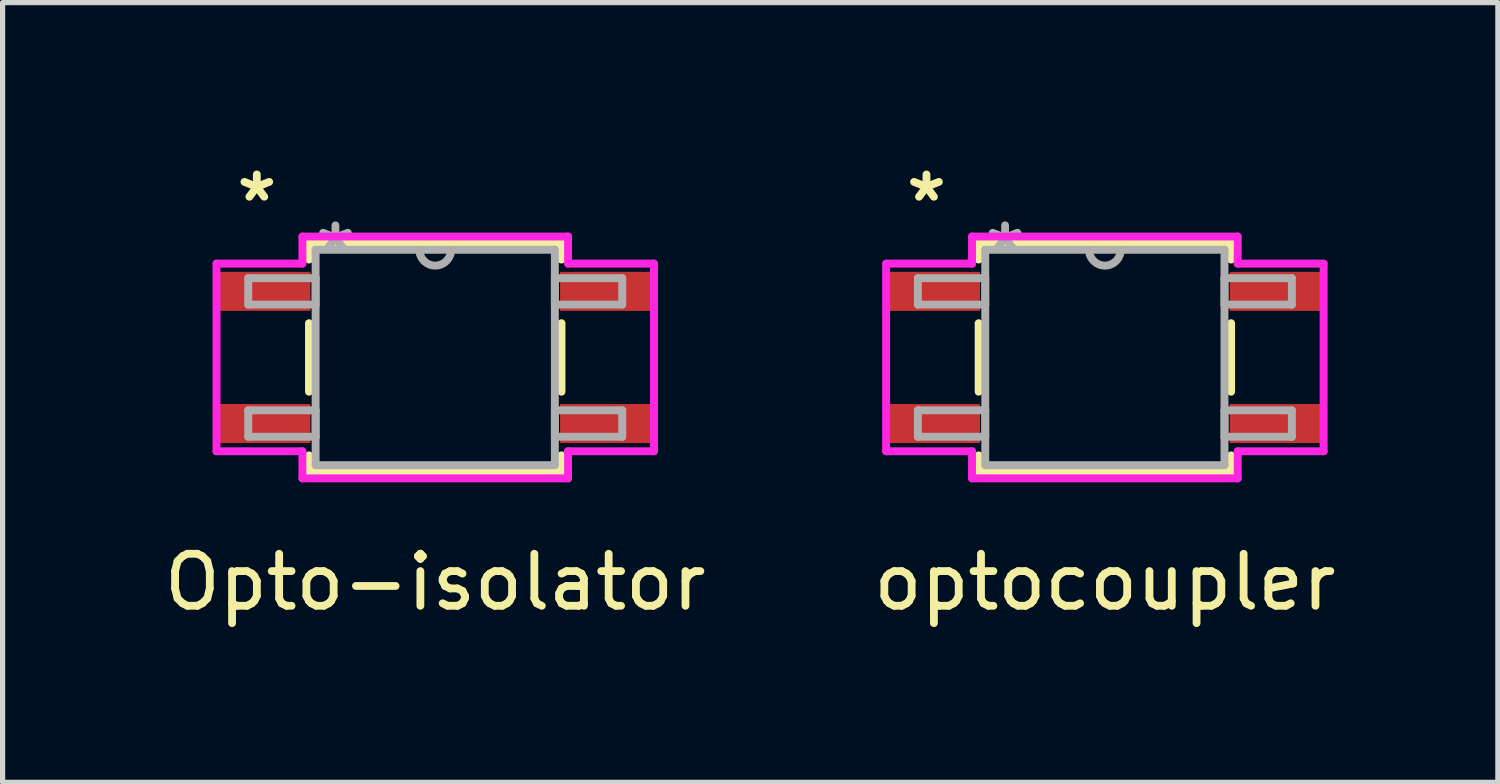
<source format=kicad_pcb>
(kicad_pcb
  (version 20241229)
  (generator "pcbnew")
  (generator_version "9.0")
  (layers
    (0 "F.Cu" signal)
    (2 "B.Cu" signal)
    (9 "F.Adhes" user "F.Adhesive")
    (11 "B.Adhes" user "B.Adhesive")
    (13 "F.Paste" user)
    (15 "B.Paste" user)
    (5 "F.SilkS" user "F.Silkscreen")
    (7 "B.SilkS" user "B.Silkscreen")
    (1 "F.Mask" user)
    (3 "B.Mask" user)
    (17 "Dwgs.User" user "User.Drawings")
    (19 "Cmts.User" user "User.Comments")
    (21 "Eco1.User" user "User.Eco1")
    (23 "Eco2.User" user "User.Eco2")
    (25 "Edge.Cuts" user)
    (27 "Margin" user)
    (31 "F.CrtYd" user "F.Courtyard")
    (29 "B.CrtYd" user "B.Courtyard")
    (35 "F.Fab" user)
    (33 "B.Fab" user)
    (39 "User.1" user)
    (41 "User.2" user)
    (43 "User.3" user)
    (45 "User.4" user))
  (footprint "Opto-isolator"
    (layer "F.Cu")
    (at 5.315 3.82)
    (property "Reference" "Opto-isolator" (at 0 4.318 0) (layer "F.SilkS") (effects (font (size 1 1) (thickness 0.15))))
    (attr through_hole)
    (fp_line (start -2.426 -2.197) (end -2.426 -1.882) (stroke (width 0.152) (type solid)) (layer "F.SilkS"))
    (fp_line (start -2.426 -0.658) (end -2.426 0.658) (stroke (width 0.152) (type solid)) (layer "F.SilkS"))
    (fp_line (start -2.426 1.882) (end -2.426 2.197) (stroke (width 0.152) (type solid)) (layer "F.SilkS"))
    (fp_line (start -2.426 2.197) (end 2.426 2.197) (stroke (width 0.152) (type solid)) (layer "F.SilkS"))
    (fp_line (start 2.426 -2.197) (end -2.426 -2.197) (stroke (width 0.152) (type solid)) (layer "F.SilkS"))
    (fp_line (start 2.426 -1.882) (end 2.426 -2.197) (stroke (width 0.152) (type solid)) (layer "F.SilkS"))
    (fp_line (start 2.426 0.658) (end 2.426 -0.658) (stroke (width 0.152) (type solid)) (layer "F.SilkS"))
    (fp_line (start 2.426 2.197) (end 2.426 1.882) (stroke (width 0.152) (type solid)) (layer "F.SilkS"))
    (fp_line (start -4.204 -1.803) (end -2.553 -1.803) (stroke (width 0.152) (type solid)) (layer "F.CrtYd"))
    (fp_line (start -4.204 1.803) (end -4.204 -1.803) (stroke (width 0.152) (type solid)) (layer "F.CrtYd"))
    (fp_line (start -4.204 1.803) (end -2.553 1.803) (stroke (width 0.152) (type solid)) (layer "F.CrtYd"))
    (fp_line (start -2.553 -2.324) (end 2.553 -2.324) (stroke (width 0.152) (type solid)) (layer "F.CrtYd"))
    (fp_line (start -2.553 -1.803) (end -2.553 -2.324) (stroke (width 0.152) (type solid)) (layer "F.CrtYd"))
    (fp_line (start -2.553 2.324) (end -2.553 1.803) (stroke (width 0.152) (type solid)) (layer "F.CrtYd"))
    (fp_line (start 2.553 -2.324) (end 2.553 -1.803) (stroke (width 0.152) (type solid)) (layer "F.CrtYd"))
    (fp_line (start 2.553 1.803) (end 2.553 2.324) (stroke (width 0.152) (type solid)) (layer "F.CrtYd"))
    (fp_line (start 2.553 2.324) (end -2.553 2.324) (stroke (width 0.152) (type solid)) (layer "F.CrtYd"))
    (fp_line (start 4.204 -1.803) (end 2.553 -1.803) (stroke (width 0.152) (type solid)) (layer "F.CrtYd"))
    (fp_line (start 4.204 -1.803) (end 4.204 1.803) (stroke (width 0.152) (type solid)) (layer "F.CrtYd"))
    (fp_line (start 4.204 1.803) (end 2.553 1.803) (stroke (width 0.152) (type solid)) (layer "F.CrtYd"))
    (fp_line (start -3.594 -1.524) (end -3.594 -1.016) (stroke (width 0.152) (type solid)) (layer "F.Fab"))
    (fp_line (start -3.594 -1.016) (end -2.299 -1.016) (stroke (width 0.152) (type solid)) (layer "F.Fab"))
    (fp_line (start -3.594 1.016) (end -3.594 1.524) (stroke (width 0.152) (type solid)) (layer "F.Fab"))
    (fp_line (start -3.594 1.524) (end -2.299 1.524) (stroke (width 0.152) (type solid)) (layer "F.Fab"))
    (fp_line (start -2.299 -2.07) (end -2.299 2.07) (stroke (width 0.152) (type solid)) (layer "F.Fab"))
    (fp_line (start -2.299 -1.524) (end -3.594 -1.524) (stroke (width 0.152) (type solid)) (layer "F.Fab"))
    (fp_line (start -2.299 -1.016) (end -2.299 -1.524) (stroke (width 0.152) (type solid)) (layer "F.Fab"))
    (fp_line (start -2.299 1.016) (end -3.594 1.016) (stroke (width 0.152) (type solid)) (layer "F.Fab"))
    (fp_line (start -2.299 1.524) (end -2.299 1.016) (stroke (width 0.152) (type solid)) (layer "F.Fab"))
    (fp_line (start -2.299 2.07) (end 2.299 2.07) (stroke (width 0.152) (type solid)) (layer "F.Fab"))
    (fp_line (start 2.299 -2.07) (end -2.299 -2.07) (stroke (width 0.152) (type solid)) (layer "F.Fab"))
    (fp_line (start 2.299 -1.524) (end 2.299 -1.016) (stroke (width 0.152) (type solid)) (layer "F.Fab"))
    (fp_line (start 2.299 -1.016) (end 3.594 -1.016) (stroke (width 0.152) (type solid)) (layer "F.Fab"))
    (fp_line (start 2.299 1.016) (end 2.299 1.524) (stroke (width 0.152) (type solid)) (layer "F.Fab"))
    (fp_line (start 2.299 1.524) (end 3.594 1.524) (stroke (width 0.152) (type solid)) (layer "F.Fab"))
    (fp_line (start 2.299 2.07) (end 2.299 -2.07) (stroke (width 0.152) (type solid)) (layer "F.Fab"))
    (fp_line (start 3.594 -1.524) (end 2.299 -1.524) (stroke (width 0.152) (type solid)) (layer "F.Fab"))
    (fp_line (start 3.594 -1.016) (end 3.594 -1.524) (stroke (width 0.152) (type solid)) (layer "F.Fab"))
    (fp_line (start 3.594 1.016) (end 2.299 1.016) (stroke (width 0.152) (type solid)) (layer "F.Fab"))
    (fp_line (start 3.594 1.524) (end 3.594 1.016) (stroke (width 0.152) (type solid)) (layer "F.Fab"))
    (fp_arc (start 0.3048 -2.0701) (mid 0 -1.7653) (end -0.3048 -2.0701) (stroke (width 0.1524) (type solid)) (layer "F.Fab"))
    (fp_text user "*" (at -3.429 -2.972 0) (layer "F.SilkS") (effects (font (size 1 1) (thickness 0.15))))
    (fp_text user "*" (at -1.918 -1.994 0) (layer "F.Fab") (effects (font (size 1 1) (thickness 0.15))))
    (pad "1" smd rect (at -3.275 -1.27) (size 1.75 0.75) (layers "F.Cu" "F.Mask" "F.Paste"))
    (pad "2" smd rect (at -3.275 1.27) (size 1.75 0.75) (layers "F.Cu" "F.Mask" "F.Paste"))
    (pad "3" smd rect (at 3.275 1.27) (size 1.75 0.75) (layers "F.Cu" "F.Mask" "F.Paste"))
    (pad "4" smd rect (at 3.275 -1.27) (size 1.75 0.75) (layers "F.Cu" "F.Mask" "F.Paste")))
  (footprint "optocoupler"
    (layer "F.Cu")
    (at 18.185 3.82)
    (property "Reference" "optocoupler" (at 0 4.318 0) (layer "F.SilkS") (effects (font (size 1 1) (thickness 0.15))))
    (attr through_hole)
    (fp_line (start -2.426 -2.197) (end -2.426 -1.882) (stroke (width 0.152) (type solid)) (layer "F.SilkS"))
    (fp_line (start -2.426 -0.658) (end -2.426 0.658) (stroke (width 0.152) (type solid)) (layer "F.SilkS"))
    (fp_line (start -2.426 1.882) (end -2.426 2.197) (stroke (width 0.152) (type solid)) (layer "F.SilkS"))
    (fp_line (start -2.426 2.197) (end 2.426 2.197) (stroke (width 0.152) (type solid)) (layer "F.SilkS"))
    (fp_line (start 2.426 -2.197) (end -2.426 -2.197) (stroke (width 0.152) (type solid)) (layer "F.SilkS"))
    (fp_line (start 2.426 -1.882) (end 2.426 -2.197) (stroke (width 0.152) (type solid)) (layer "F.SilkS"))
    (fp_line (start 2.426 0.658) (end 2.426 -0.658) (stroke (width 0.152) (type solid)) (layer "F.SilkS"))
    (fp_line (start 2.426 2.197) (end 2.426 1.882) (stroke (width 0.152) (type solid)) (layer "F.SilkS"))
    (fp_line (start -4.204 -1.803) (end -2.553 -1.803) (stroke (width 0.152) (type solid)) (layer "F.CrtYd"))
    (fp_line (start -4.204 1.803) (end -4.204 -1.803) (stroke (width 0.152) (type solid)) (layer "F.CrtYd"))
    (fp_line (start -4.204 1.803) (end -2.553 1.803) (stroke (width 0.152) (type solid)) (layer "F.CrtYd"))
    (fp_line (start -2.553 -2.324) (end 2.553 -2.324) (stroke (width 0.152) (type solid)) (layer "F.CrtYd"))
    (fp_line (start -2.553 -1.803) (end -2.553 -2.324) (stroke (width 0.152) (type solid)) (layer "F.CrtYd"))
    (fp_line (start -2.553 2.324) (end -2.553 1.803) (stroke (width 0.152) (type solid)) (layer "F.CrtYd"))
    (fp_line (start 2.553 -2.324) (end 2.553 -1.803) (stroke (width 0.152) (type solid)) (layer "F.CrtYd"))
    (fp_line (start 2.553 1.803) (end 2.553 2.324) (stroke (width 0.152) (type solid)) (layer "F.CrtYd"))
    (fp_line (start 2.553 2.324) (end -2.553 2.324) (stroke (width 0.152) (type solid)) (layer "F.CrtYd"))
    (fp_line (start 4.204 -1.803) (end 2.553 -1.803) (stroke (width 0.152) (type solid)) (layer "F.CrtYd"))
    (fp_line (start 4.204 -1.803) (end 4.204 1.803) (stroke (width 0.152) (type solid)) (layer "F.CrtYd"))
    (fp_line (start 4.204 1.803) (end 2.553 1.803) (stroke (width 0.152) (type solid)) (layer "F.CrtYd"))
    (fp_line (start -3.594 -1.524) (end -3.594 -1.016) (stroke (width 0.152) (type solid)) (layer "F.Fab"))
    (fp_line (start -3.594 -1.016) (end -2.299 -1.016) (stroke (width 0.152) (type solid)) (layer "F.Fab"))
    (fp_line (start -3.594 1.016) (end -3.594 1.524) (stroke (width 0.152) (type solid)) (layer "F.Fab"))
    (fp_line (start -3.594 1.524) (end -2.299 1.524) (stroke (width 0.152) (type solid)) (layer "F.Fab"))
    (fp_line (start -2.299 -2.07) (end -2.299 2.07) (stroke (width 0.152) (type solid)) (layer "F.Fab"))
    (fp_line (start -2.299 -1.524) (end -3.594 -1.524) (stroke (width 0.152) (type solid)) (layer "F.Fab"))
    (fp_line (start -2.299 -1.016) (end -2.299 -1.524) (stroke (width 0.152) (type solid)) (layer "F.Fab"))
    (fp_line (start -2.299 1.016) (end -3.594 1.016) (stroke (width 0.152) (type solid)) (layer "F.Fab"))
    (fp_line (start -2.299 1.524) (end -2.299 1.016) (stroke (width 0.152) (type solid)) (layer "F.Fab"))
    (fp_line (start -2.299 2.07) (end 2.299 2.07) (stroke (width 0.152) (type solid)) (layer "F.Fab"))
    (fp_line (start 2.299 -2.07) (end -2.299 -2.07) (stroke (width 0.152) (type solid)) (layer "F.Fab"))
    (fp_line (start 2.299 -1.524) (end 2.299 -1.016) (stroke (width 0.152) (type solid)) (layer "F.Fab"))
    (fp_line (start 2.299 -1.016) (end 3.594 -1.016) (stroke (width 0.152) (type solid)) (layer "F.Fab"))
    (fp_line (start 2.299 1.016) (end 2.299 1.524) (stroke (width 0.152) (type solid)) (layer "F.Fab"))
    (fp_line (start 2.299 1.524) (end 3.594 1.524) (stroke (width 0.152) (type solid)) (layer "F.Fab"))
    (fp_line (start 2.299 2.07) (end 2.299 -2.07) (stroke (width 0.152) (type solid)) (layer "F.Fab"))
    (fp_line (start 3.594 -1.524) (end 2.299 -1.524) (stroke (width 0.152) (type solid)) (layer "F.Fab"))
    (fp_line (start 3.594 -1.016) (end 3.594 -1.524) (stroke (width 0.152) (type solid)) (layer "F.Fab"))
    (fp_line (start 3.594 1.016) (end 2.299 1.016) (stroke (width 0.152) (type solid)) (layer "F.Fab"))
    (fp_line (start 3.594 1.524) (end 3.594 1.016) (stroke (width 0.152) (type solid)) (layer "F.Fab"))
    (fp_arc (start 0.3048 -2.0701) (mid 0 -1.7653) (end -0.3048 -2.0701) (stroke (width 0.1524) (type solid)) (layer "F.Fab"))
    (fp_text user "*" (at -3.429 -2.972 0) (layer "F.SilkS") (effects (font (size 1 1) (thickness 0.15))))
    (fp_text user "*" (at -1.918 -1.994 0) (layer "F.Fab") (effects (font (size 1 1) (thickness 0.15))))
    (pad "1" smd rect (at -3.275 -1.27) (size 1.75 0.75) (layers "F.Cu" "F.Mask" "F.Paste"))
    (pad "2" smd rect (at -3.275 1.27) (size 1.75 0.75) (layers "F.Cu" "F.Mask" "F.Paste"))
    (pad "3" smd rect (at 3.275 1.27) (size 1.75 0.75) (layers "F.Cu" "F.Mask" "F.Paste"))
    (pad "4" smd rect (at 3.275 -1.27) (size 1.75 0.75) (layers "F.Cu" "F.Mask" "F.Paste")))
  (gr_rect
    (start -3 -3)
    (end 25.738 11.986)
    (stroke (width 0.1) (type default))
    (fill no)
    (layer "Edge.Cuts")))
</source>
